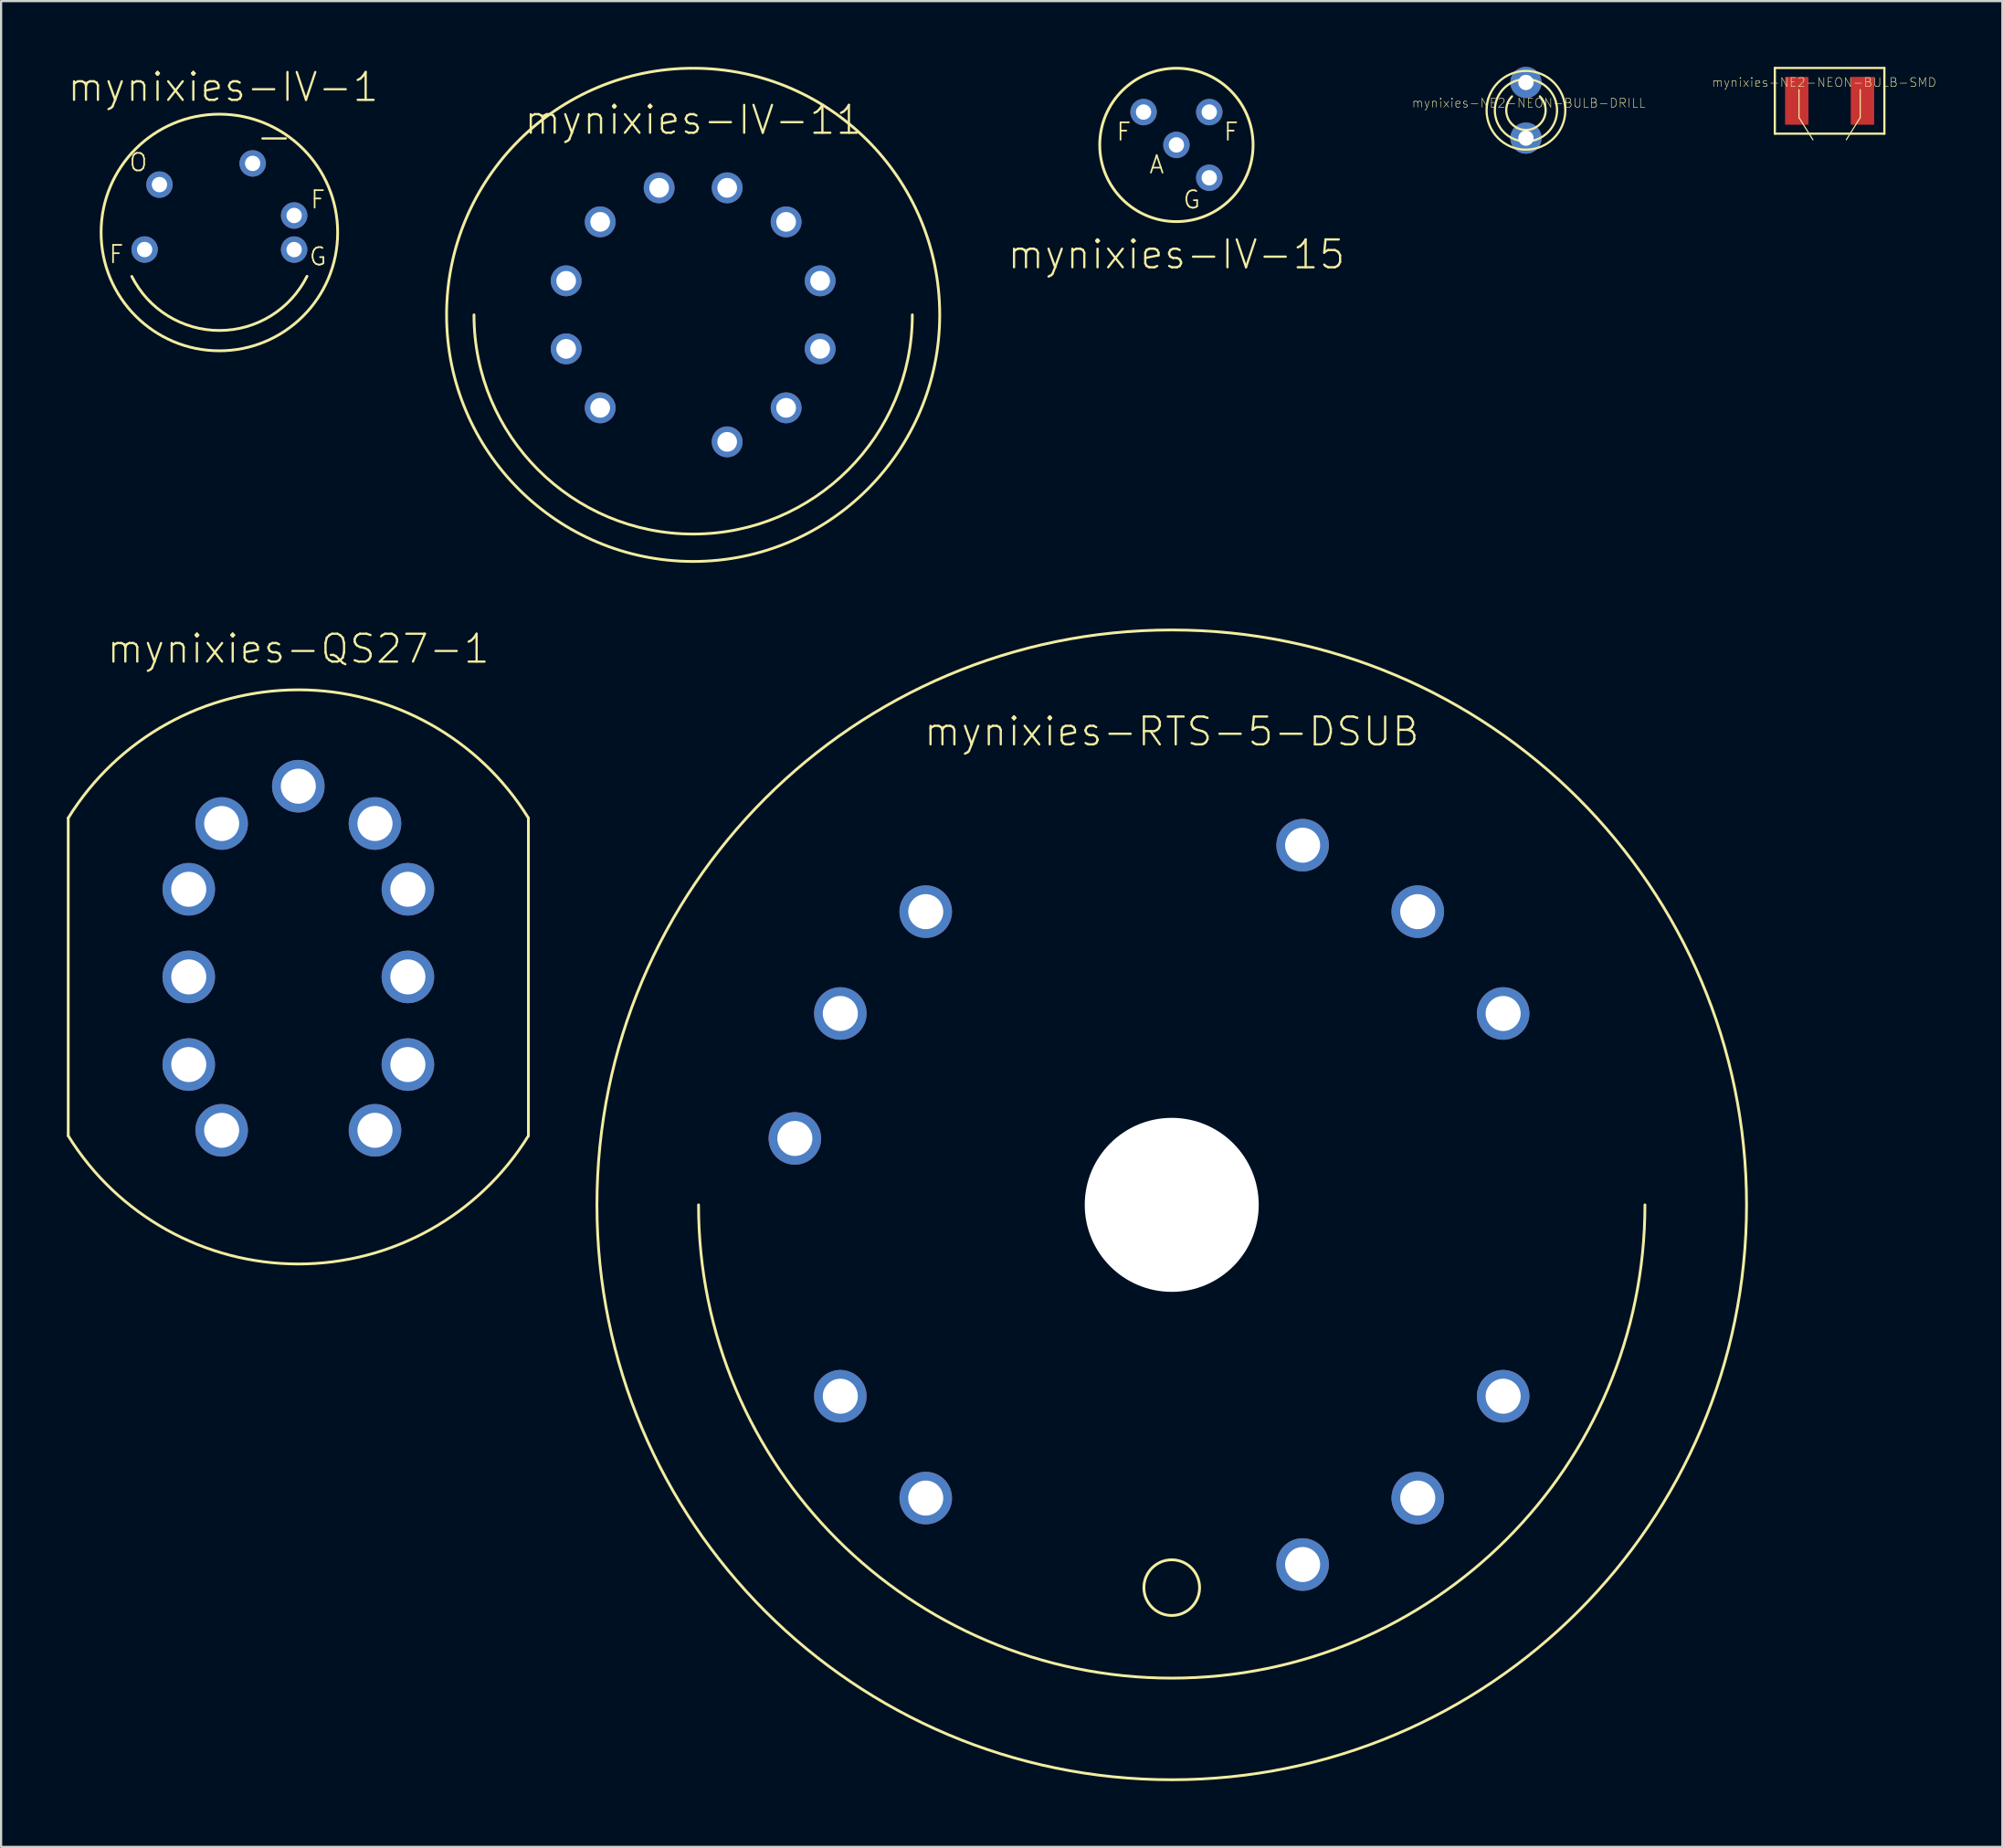
<source format=kicad_pcb>
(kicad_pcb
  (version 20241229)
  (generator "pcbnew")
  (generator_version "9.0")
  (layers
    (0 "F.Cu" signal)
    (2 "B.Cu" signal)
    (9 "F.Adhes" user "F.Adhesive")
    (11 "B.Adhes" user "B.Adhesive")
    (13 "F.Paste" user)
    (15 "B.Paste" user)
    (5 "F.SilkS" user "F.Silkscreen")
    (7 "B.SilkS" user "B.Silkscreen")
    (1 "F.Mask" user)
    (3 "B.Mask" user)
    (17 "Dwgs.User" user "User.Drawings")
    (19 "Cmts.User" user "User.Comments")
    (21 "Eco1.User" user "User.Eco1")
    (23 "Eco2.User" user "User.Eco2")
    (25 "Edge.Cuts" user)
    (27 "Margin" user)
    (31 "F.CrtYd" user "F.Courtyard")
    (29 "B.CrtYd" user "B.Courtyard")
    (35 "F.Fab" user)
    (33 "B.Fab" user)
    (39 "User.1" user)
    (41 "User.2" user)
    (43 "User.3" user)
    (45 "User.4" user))
  (footprint "mynixies-RTS-5-DSUB"
    (layer "F.Cu")
    (at 50.412 51.915)
    (property "Reference" "mynixies-RTS-5-DSUB" (at 0 -21.59 0) (layer "F.SilkS") (effects (font (size 1.27 1.27) (thickness 0.102))))
    (attr exclude_from_pos_files exclude_from_bom)
    (fp_arc (start 21.59 0) (mid 0 21.59) (end -21.59 0) (stroke (width 0.127) (type solid)) (layer "F.SilkS"))
    (fp_circle (center 0 0) (end 0 -26.226) (stroke (width 0.127) (type solid)) (fill no) (layer "F.SilkS"))
    (fp_circle (center 0 17.462) (end 0 16.192) (stroke (width 0.127) (type solid)) (fill no) (layer "F.SilkS"))
    (pad "" np_thru_hole circle (at 0 0) (size 7.938 7.938) (drill 7.938) (layers "*.Cu" "*.Mask"))
    (pad "P$2" thru_hole circle (at 5.972 16.408) (size 2.398 2.398) (drill 1.598) (layers "*.Cu" "*.Mask"))
    (pad "P$3" thru_hole circle (at 11.224 13.376) (size 2.398 2.398) (drill 1.598) (layers "*.Cu" "*.Mask"))
    (pad "P$4" thru_hole circle (at 15.121 8.73) (size 2.398 2.398) (drill 1.598) (layers "*.Cu" "*.Mask"))
    (pad "P$7" thru_hole circle (at 15.121 -8.73) (size 2.398 2.398) (drill 1.598) (layers "*.Cu" "*.Mask"))
    (pad "P$8" thru_hole circle (at 11.224 -13.376) (size 2.398 2.398) (drill 1.598) (layers "*.Cu" "*.Mask"))
    (pad "P$9" thru_hole circle (at 5.972 -16.408) (size 2.398 2.398) (drill 1.598) (layers "*.Cu" "*.Mask"))
    (pad "P$12" thru_hole circle (at -11.224 -13.376) (size 2.398 2.398) (drill 1.598) (layers "*.Cu" "*.Mask"))
    (pad "P$13" thru_hole circle (at -15.121 -8.73) (size 2.398 2.398) (drill 1.598) (layers "*.Cu" "*.Mask"))
    (pad "P$14" thru_hole circle (at -17.196 -3.03) (size 2.398 2.398) (drill 1.598) (layers "*.Cu" "*.Mask"))
    (pad "P$16" thru_hole circle (at -15.121 8.73) (size 2.398 2.398) (drill 1.598) (layers "*.Cu" "*.Mask"))
    (pad "P$17" thru_hole circle (at -11.224 13.376) (size 2.398 2.398) (drill 1.598) (layers "*.Cu" "*.Mask")))
  (footprint "mynixies-IV-11"
    (layer "F.Cu")
    (at 28.576 11.313)
    (property "Reference" "mynixies-IV-11" (at 0 -8.89 0) (layer "F.SilkS") (effects (font (size 1.27 1.27) (thickness 0.102))))
    (attr exclude_from_pos_files exclude_from_bom)
    (fp_arc (start 9.99998 0) (mid 0 9.99998) (end -9.99998 0) (stroke (width 0.127) (type solid)) (layer "F.SilkS"))
    (fp_circle (center 0 0) (end 0 -11.25) (stroke (width 0.127) (type solid)) (fill no) (layer "F.SilkS"))
    (pad "P$1" thru_hole circle (at 1.552 5.794) (size 1.407 1.407) (drill 0.899) (layers "*.Cu" "*.Mask"))
    (pad "P$2" thru_hole circle (at 4.242 4.242) (size 1.407 1.407) (drill 0.899) (layers "*.Cu" "*.Mask"))
    (pad "P$3" thru_hole circle (at 5.794 1.552) (size 1.407 1.407) (drill 0.899) (layers "*.Cu" "*.Mask"))
    (pad "P$4" thru_hole circle (at 5.794 -1.552) (size 1.407 1.407) (drill 0.899) (layers "*.Cu" "*.Mask"))
    (pad "P$5" thru_hole circle (at 4.242 -4.242) (size 1.407 1.407) (drill 0.899) (layers "*.Cu" "*.Mask"))
    (pad "P$6" thru_hole circle (at 1.552 -5.794) (size 1.407 1.407) (drill 0.899) (layers "*.Cu" "*.Mask"))
    (pad "P$7" thru_hole circle (at -1.552 -5.794) (size 1.407 1.407) (drill 0.899) (layers "*.Cu" "*.Mask"))
    (pad "P$8" thru_hole circle (at -4.242 -4.242) (size 1.407 1.407) (drill 0.899) (layers "*.Cu" "*.Mask"))
    (pad "P$9" thru_hole circle (at -5.794 -1.552) (size 1.407 1.407) (drill 0.899) (layers "*.Cu" "*.Mask"))
    (pad "P$10" thru_hole circle (at -5.794 1.552) (size 1.407 1.407) (drill 0.899) (layers "*.Cu" "*.Mask"))
    (pad "P$11" thru_hole circle (at -4.242 4.242) (size 1.407 1.407) (drill 0.899) (layers "*.Cu" "*.Mask")))
  (footprint "mynixies-QS27-1"
    (layer "F.Cu")
    (at 10.561 41.516)
    (property "Reference" "mynixies-QS27-1" (at 0 -14.968 0) (layer "F.SilkS") (effects (font (size 1.27 1.27) (thickness 0.102))))
    (attr exclude_from_pos_files exclude_from_bom)
    (fp_line (start -10.498 7.249) (end -10.498 -7.249) (stroke (width 0.127) (type solid)) (layer "F.SilkS"))
    (fp_line (start 10.498 7.249) (end 10.498 -7.249) (stroke (width 0.127) (type solid)) (layer "F.SilkS"))
    (fp_arc (start -10.49782 -7.24916) (mid -0.007703 -13.096459) (end 10.489701 -7.262254) (stroke (width 0.127) (type solid)) (layer "F.SilkS"))
    (fp_arc (start 10.49782 7.24916) (mid 0.007703 13.096459) (end -10.489701 7.262254) (stroke (width 0.127) (type solid)) (layer "F.SilkS"))
    (pad "P$0" thru_hole circle (at 4.999 3.998) (size 2.398 2.398) (drill 1.598) (layers "*.Cu" "*.Mask"))
    (pad "P$1" thru_hole circle (at -3.498 6.998) (size 2.398 2.398) (drill 1.598) (layers "*.Cu" "*.Mask"))
    (pad "P$2" thru_hole circle (at -4.999 3.998) (size 2.398 2.398) (drill 1.598) (layers "*.Cu" "*.Mask"))
    (pad "P$3" thru_hole circle (at -4.999 0) (size 2.398 2.398) (drill 1.598) (layers "*.Cu" "*.Mask"))
    (pad "P$4" thru_hole circle (at -4.999 -3.998) (size 2.398 2.398) (drill 1.598) (layers "*.Cu" "*.Mask"))
    (pad "P$5" thru_hole circle (at -3.498 -6.998) (size 2.398 2.398) (drill 1.598) (layers "*.Cu" "*.Mask"))
    (pad "P$6" thru_hole circle (at 0 -8.7) (size 2.398 2.398) (drill 1.598) (layers "*.Cu" "*.Mask"))
    (pad "P$7" thru_hole circle (at 3.498 -6.998) (size 2.398 2.398) (drill 1.598) (layers "*.Cu" "*.Mask"))
    (pad "P$8" thru_hole circle (at 4.999 -3.998) (size 2.398 2.398) (drill 1.598) (layers "*.Cu" "*.Mask"))
    (pad "P$9" thru_hole circle (at 4.999 0) (size 2.398 2.398) (drill 1.598) (layers "*.Cu" "*.Mask"))
    (pad "P$A" thru_hole circle (at 3.498 6.998) (size 2.398 2.398) (drill 1.598) (layers "*.Cu" "*.Mask")))
  (footprint "mynixies-IV-1"
    (layer "F.Cu")
    (at 6.959 7.556)
    (property "Reference" "mynixies-IV-1" (at 0.173 -6.634 0) (layer "F.SilkS") (effects (font (size 1.27 1.27) (thickness 0.102))))
    (attr exclude_from_pos_files exclude_from_bom)
    (fp_arc (start 3.99796 1.99898) (mid 0.002727 4.469854) (end -3.995518 2.003856) (stroke (width 0.127) (type solid)) (layer "F.SilkS"))
    (fp_circle (center 0 0) (end 0 -5.397) (stroke (width 0.127) (type solid)) (fill no) (layer "F.SilkS"))
    (fp_text user "G" (at 4.498 1.1 0) (layer "F.SilkS") (effects (font (size 0.798 0.798) (thickness 0.076))))
    (fp_text user "F" (at 4.498 -1.499 0) (layer "F.SilkS") (effects (font (size 0.798 0.798) (thickness 0.076))))
    (fp_text user "F" (at -4.699 0.998 0) (layer "F.SilkS") (effects (font (size 0.798 0.798) (thickness 0.076))))
    (fp_text user "O" (at -3.698 -3.198 0) (layer "F.SilkS") (effects (font (size 0.798 0.798) (thickness 0.076))))
    (fp_text user "-" (at 2.499 -4.399 0) (layer "F.SilkS") (effects (font (size 1.4 1.4) (thickness 0.102))))
    (pad "-" thru_hole circle (at 1.519 -3.152) (size 1.206 1.206) (drill 0.699) (layers "*.Cu" "*.Mask"))
    (pad "F1" thru_hole circle (at -3.411 0.777) (size 1.206 1.206) (drill 0.699) (layers "*.Cu" "*.Mask"))
    (pad "F2" thru_hole circle (at 3.411 -0.775) (size 1.206 1.206) (drill 0.699) (layers "*.Cu" "*.Mask"))
    (pad "G" thru_hole circle (at 3.411 0.78) (size 1.206 1.206) (drill 0.699) (layers "*.Cu" "*.Mask"))
    (pad "O" thru_hole circle (at -2.733 -2.184) (size 1.206 1.206) (drill 0.699) (layers "*.Cu" "*.Mask")))
  (footprint "mynixies-NE2-NEON-BULB-DRILL"
    (layer "F.Cu")
    (at 66.573 1.981)
    (property "Reference" "mynixies-NE2-NEON-BULB-DRILL" (at 0.127 -0.33 0) (layer "F.SilkS") (effects (font (size 0.406 0.406) (thickness 0.025))))
    (attr exclude_from_pos_files exclude_from_bom)
    (fp_arc (start 0.635 -0.635) (mid 0 0.898026) (end -0.635 -0.635) (stroke (width 0.1) (type solid)) (layer "F.SilkS"))
    (fp_circle (center 0 0) (end 0 -1.796) (stroke (width 0.1) (type solid)) (fill no) (layer "F.SilkS"))
    (fp_circle (center 0 0) (end 0 -1.42) (stroke (width 0.1) (type solid)) (fill no) (layer "F.SilkS"))
    (pad "1" thru_hole circle (at 0 -1.27) (size 1.422 1.422) (drill 0.699) (layers "*.Cu" "*.Mask"))
    (pad "2" thru_hole circle (at 0 1.27) (size 1.422 1.422) (drill 0.699) (layers "*.Cu" "*.Mask")))
  (footprint "mynixies-NE2-NEON-BULB-SMD"
    (layer "F.Cu")
    (at 80.428 1.549)
    (property "Reference" "mynixies-NE2-NEON-BULB-SMD" (at -0.254 -0.838 0) (layer "F.SilkS") (effects (font (size 0.406 0.406) (thickness 0.025))))
    (attr smd)
    (fp_line (start -2.499 -1.499) (end 2.499 -1.499) (stroke (width 0.1) (type solid)) (layer "F.SilkS"))
    (fp_line (start -2.499 1.499) (end -2.499 -1.499) (stroke (width 0.1) (type solid)) (layer "F.SilkS"))
    (fp_line (start -1.397 -0.508) (end -1.397 0.762) (stroke (width 0.051) (type solid)) (layer "F.SilkS"))
    (fp_line (start -1.397 0.762) (end -0.762 1.778) (stroke (width 0.051) (type solid)) (layer "F.SilkS"))
    (fp_line (start 1.397 -0.508) (end 1.397 0.762) (stroke (width 0.051) (type solid)) (layer "F.SilkS"))
    (fp_line (start 1.397 0.762) (end 0.762 1.778) (stroke (width 0.051) (type solid)) (layer "F.SilkS"))
    (fp_line (start 2.499 -1.499) (end 2.499 1.499) (stroke (width 0.1) (type solid)) (layer "F.SilkS"))
    (fp_line (start 2.499 1.499) (end -2.499 1.499) (stroke (width 0.1) (type solid)) (layer "F.SilkS"))
    (pad "1" smd rect (at -1.499 0 90) (size 2.182 1.067) (layers "F.Cu" "F.Mask" "F.Paste"))
    (pad "2" smd rect (at 1.499 0 90) (size 2.182 1.067) (layers "F.Cu" "F.Mask" "F.Paste")))
  (footprint "mynixies-IV-15"
    (layer "F.Cu")
    (at 50.625 3.561)
    (property "Reference" "mynixies-IV-15" (at 0 4.999 0) (layer "F.SilkS") (effects (font (size 1.27 1.27) (thickness 0.102))))
    (attr exclude_from_pos_files exclude_from_bom)
    (fp_circle (center 0 0) (end 0 -3.498) (stroke (width 0.127) (type solid)) (fill no) (layer "F.SilkS"))
    (fp_text user "F" (at -2.398 -0.599 0) (layer "F.SilkS") (effects (font (size 0.798 0.798) (thickness 0.076))))
    (fp_text user "F" (at 2.499 -0.599 0) (layer "F.SilkS") (effects (font (size 0.798 0.798) (thickness 0.076))))
    (fp_text user "A" (at -0.899 0.899 0) (layer "F.SilkS") (effects (font (size 0.798 0.798) (thickness 0.076))))
    (fp_text user "G" (at 0.699 2.499 0) (layer "F.SilkS") (effects (font (size 0.798 0.798) (thickness 0.076))))
    (pad "P$1" thru_hole circle (at -1.499 -1.499) (size 1.206 1.206) (drill 0.699) (layers "*.Cu" "*.Mask"))
    (pad "P$2" thru_hole circle (at 1.499 -1.499) (size 1.206 1.206) (drill 0.699) (layers "*.Cu" "*.Mask"))
    (pad "P$3" thru_hole circle (at 1.499 1.499) (size 1.206 1.206) (drill 0.699) (layers "*.Cu" "*.Mask"))
    (pad "P$4" thru_hole circle (at 0 0) (size 1.206 1.206) (drill 0.699) (layers "*.Cu" "*.Mask")))
  (gr_rect
    (start -3 -3)
    (end 88.31 81.204)
    (stroke (width 0.1) (type default))
    (fill no)
    (layer "Edge.Cuts")))
</source>
